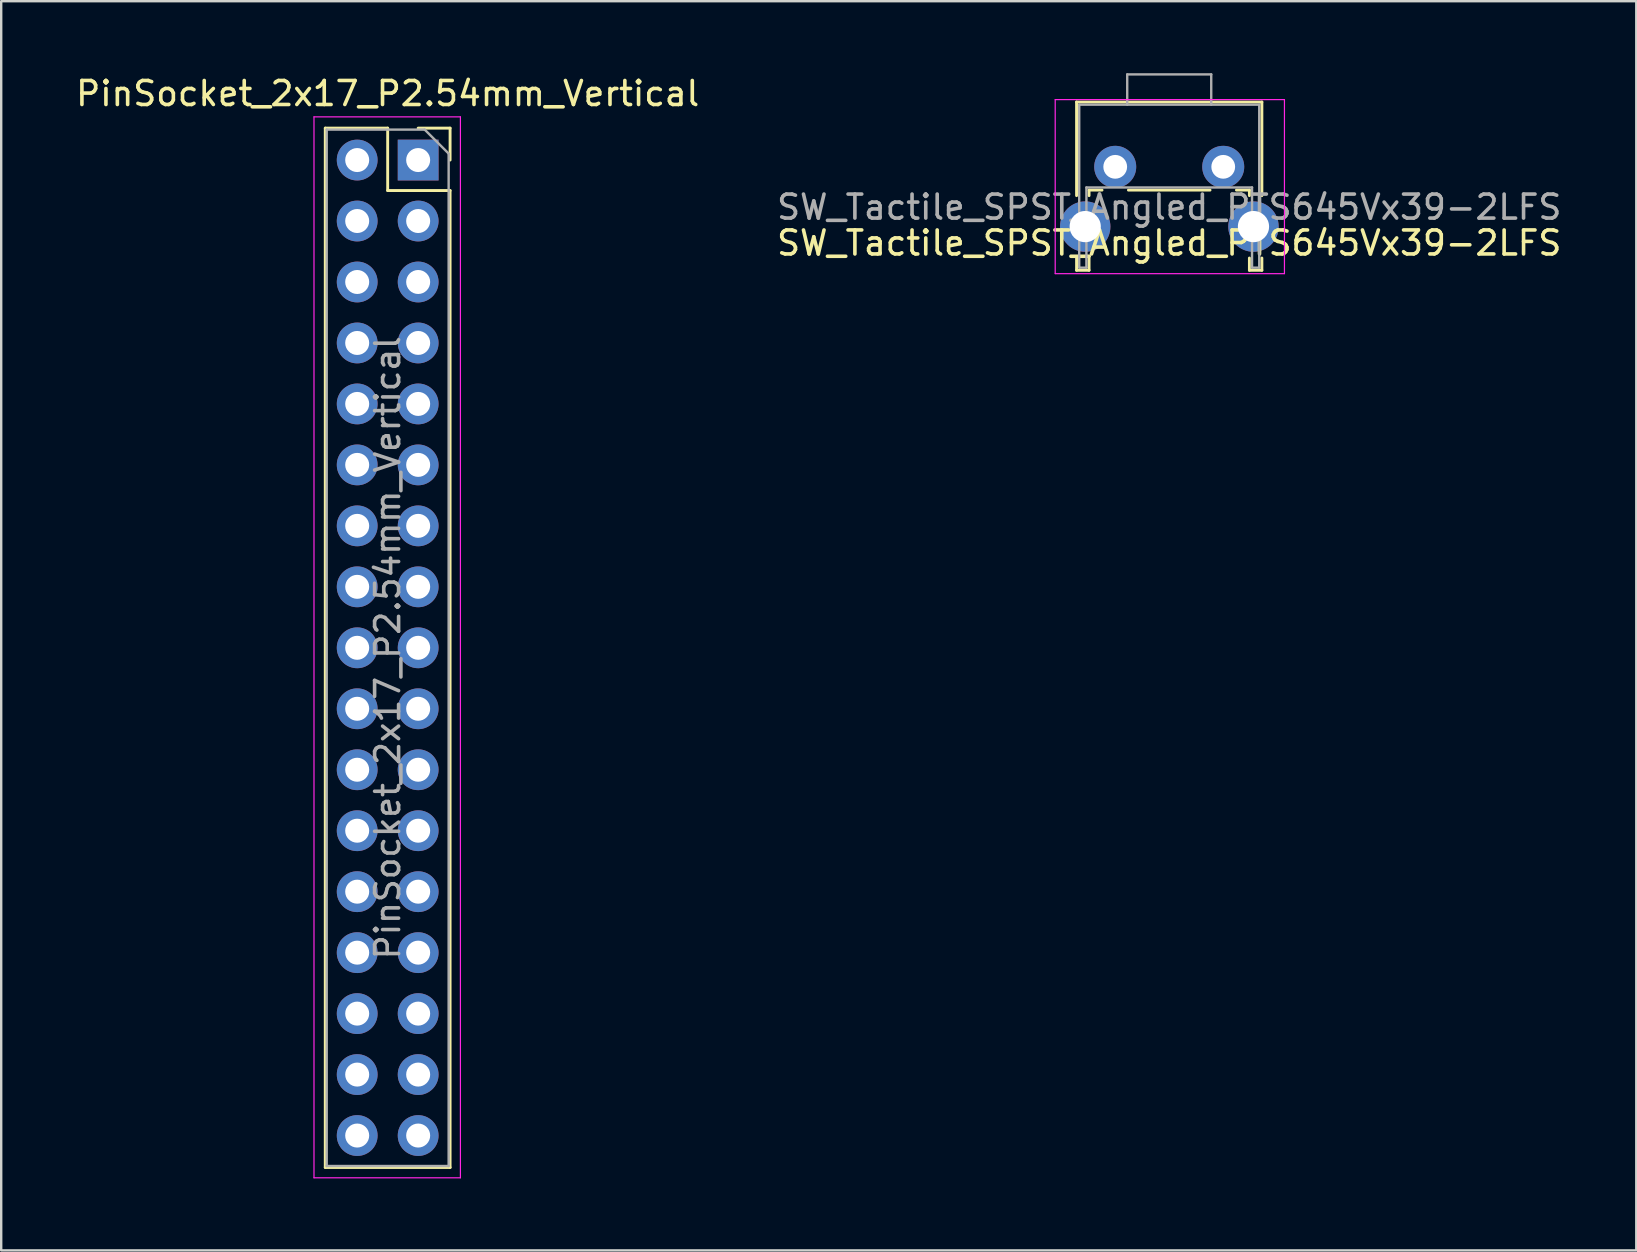
<source format=kicad_pcb>
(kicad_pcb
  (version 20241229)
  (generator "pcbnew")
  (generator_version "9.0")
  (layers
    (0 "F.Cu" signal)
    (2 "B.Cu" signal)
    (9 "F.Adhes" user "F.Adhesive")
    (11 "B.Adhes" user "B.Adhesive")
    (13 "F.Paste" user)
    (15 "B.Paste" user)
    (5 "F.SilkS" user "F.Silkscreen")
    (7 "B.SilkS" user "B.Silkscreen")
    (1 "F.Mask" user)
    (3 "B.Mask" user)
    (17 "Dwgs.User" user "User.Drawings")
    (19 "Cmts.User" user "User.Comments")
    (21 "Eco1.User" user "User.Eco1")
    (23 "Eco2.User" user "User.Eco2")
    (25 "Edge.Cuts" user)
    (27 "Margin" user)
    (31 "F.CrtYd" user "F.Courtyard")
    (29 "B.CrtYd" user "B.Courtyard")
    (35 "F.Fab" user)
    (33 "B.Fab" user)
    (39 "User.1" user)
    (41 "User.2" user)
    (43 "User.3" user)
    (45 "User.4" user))
  (footprint "PinSocket_2x17_P2.54mm_Vertical"
    (layer "F.Cu")
    (at 14.371 3.618)
    (property "Reference" "PinSocket_2x17_P2.54mm_Vertical" (at -1.27 -2.77 180) (layer "F.SilkS") (effects (font (size 1 1) (thickness 0.15))))
    (attr through_hole)
    (fp_line (start -3.87 -1.33) (end -3.87 41.97) (stroke (width 0.12) (type solid)) (layer "F.SilkS"))
    (fp_line (start -3.87 -1.33) (end -1.27 -1.33) (stroke (width 0.12) (type solid)) (layer "F.SilkS"))
    (fp_line (start -3.87 41.97) (end 1.33 41.97) (stroke (width 0.12) (type solid)) (layer "F.SilkS"))
    (fp_line (start -1.27 -1.33) (end -1.27 1.27) (stroke (width 0.12) (type solid)) (layer "F.SilkS"))
    (fp_line (start -1.27 1.27) (end 1.33 1.27) (stroke (width 0.12) (type solid)) (layer "F.SilkS"))
    (fp_line (start 0 -1.33) (end 1.33 -1.33) (stroke (width 0.12) (type solid)) (layer "F.SilkS"))
    (fp_line (start 1.33 -1.33) (end 1.33 0) (stroke (width 0.12) (type solid)) (layer "F.SilkS"))
    (fp_line (start 1.33 1.27) (end 1.33 41.97) (stroke (width 0.12) (type solid)) (layer "F.SilkS"))
    (fp_line (start -4.34 -1.8) (end 1.76 -1.8) (stroke (width 0.05) (type solid)) (layer "F.CrtYd"))
    (fp_line (start -4.34 42.4) (end -4.34 -1.8) (stroke (width 0.05) (type solid)) (layer "F.CrtYd"))
    (fp_line (start 1.76 -1.8) (end 1.76 42.4) (stroke (width 0.05) (type solid)) (layer "F.CrtYd"))
    (fp_line (start 1.76 42.4) (end -4.34 42.4) (stroke (width 0.05) (type solid)) (layer "F.CrtYd"))
    (fp_line (start -3.81 -1.27) (end 0.27 -1.27) (stroke (width 0.1) (type solid)) (layer "F.Fab"))
    (fp_line (start -3.81 41.91) (end -3.81 -1.27) (stroke (width 0.1) (type solid)) (layer "F.Fab"))
    (fp_line (start 0.27 -1.27) (end 1.27 -0.27) (stroke (width 0.1) (type solid)) (layer "F.Fab"))
    (fp_line (start 1.27 -0.27) (end 1.27 41.91) (stroke (width 0.1) (type solid)) (layer "F.Fab"))
    (fp_line (start 1.27 41.91) (end -3.81 41.91) (stroke (width 0.1) (type solid)) (layer "F.Fab"))
    (fp_text user "${REFERENCE}" (at -1.27 20.32 90) (layer "F.Fab") (effects (font (size 1 1) (thickness 0.15))))
    (pad "1" thru_hole rect (at 0 0) (size 1.7 1.7) (drill 1) (layers "*.Cu" "*.Mask"))
    (pad "2" thru_hole oval (at -2.54 0) (size 1.7 1.7) (drill 1) (layers "*.Cu" "*.Mask"))
    (pad "3" thru_hole oval (at 0 2.54) (size 1.7 1.7) (drill 1) (layers "*.Cu" "*.Mask"))
    (pad "4" thru_hole oval (at -2.54 2.54) (size 1.7 1.7) (drill 1) (layers "*.Cu" "*.Mask"))
    (pad "5" thru_hole oval (at 0 5.08) (size 1.7 1.7) (drill 1) (layers "*.Cu" "*.Mask"))
    (pad "6" thru_hole oval (at -2.54 5.08) (size 1.7 1.7) (drill 1) (layers "*.Cu" "*.Mask"))
    (pad "7" thru_hole oval (at 0 7.62) (size 1.7 1.7) (drill 1) (layers "*.Cu" "*.Mask"))
    (pad "8" thru_hole oval (at -2.54 7.62) (size 1.7 1.7) (drill 1) (layers "*.Cu" "*.Mask"))
    (pad "9" thru_hole oval (at 0 10.16) (size 1.7 1.7) (drill 1) (layers "*.Cu" "*.Mask"))
    (pad "10" thru_hole oval (at -2.54 10.16) (size 1.7 1.7) (drill 1) (layers "*.Cu" "*.Mask"))
    (pad "11" thru_hole oval (at 0 12.7) (size 1.7 1.7) (drill 1) (layers "*.Cu" "*.Mask"))
    (pad "12" thru_hole oval (at -2.54 12.7) (size 1.7 1.7) (drill 1) (layers "*.Cu" "*.Mask"))
    (pad "13" thru_hole oval (at 0 15.24) (size 1.7 1.7) (drill 1) (layers "*.Cu" "*.Mask"))
    (pad "14" thru_hole oval (at -2.54 15.24) (size 1.7 1.7) (drill 1) (layers "*.Cu" "*.Mask"))
    (pad "15" thru_hole oval (at 0 17.78) (size 1.7 1.7) (drill 1) (layers "*.Cu" "*.Mask"))
    (pad "16" thru_hole oval (at -2.54 17.78) (size 1.7 1.7) (drill 1) (layers "*.Cu" "*.Mask"))
    (pad "17" thru_hole oval (at 0 20.32) (size 1.7 1.7) (drill 1) (layers "*.Cu" "*.Mask"))
    (pad "18" thru_hole oval (at -2.54 20.32) (size 1.7 1.7) (drill 1) (layers "*.Cu" "*.Mask"))
    (pad "19" thru_hole oval (at 0 22.86) (size 1.7 1.7) (drill 1) (layers "*.Cu" "*.Mask"))
    (pad "20" thru_hole oval (at -2.54 22.86) (size 1.7 1.7) (drill 1) (layers "*.Cu" "*.Mask"))
    (pad "21" thru_hole oval (at 0 25.4) (size 1.7 1.7) (drill 1) (layers "*.Cu" "*.Mask"))
    (pad "22" thru_hole oval (at -2.54 25.4) (size 1.7 1.7) (drill 1) (layers "*.Cu" "*.Mask"))
    (pad "23" thru_hole oval (at 0 27.94) (size 1.7 1.7) (drill 1) (layers "*.Cu" "*.Mask"))
    (pad "24" thru_hole oval (at -2.54 27.94) (size 1.7 1.7) (drill 1) (layers "*.Cu" "*.Mask"))
    (pad "25" thru_hole oval (at 0 30.48) (size 1.7 1.7) (drill 1) (layers "*.Cu" "*.Mask"))
    (pad "26" thru_hole oval (at -2.54 30.48) (size 1.7 1.7) (drill 1) (layers "*.Cu" "*.Mask"))
    (pad "27" thru_hole oval (at 0 33.02) (size 1.7 1.7) (drill 1) (layers "*.Cu" "*.Mask"))
    (pad "28" thru_hole oval (at -2.54 33.02) (size 1.7 1.7) (drill 1) (layers "*.Cu" "*.Mask"))
    (pad "29" thru_hole oval (at 0 35.56) (size 1.7 1.7) (drill 1) (layers "*.Cu" "*.Mask"))
    (pad "30" thru_hole oval (at -2.54 35.56) (size 1.7 1.7) (drill 1) (layers "*.Cu" "*.Mask"))
    (pad "31" thru_hole oval (at 0 38.1) (size 1.7 1.7) (drill 1) (layers "*.Cu" "*.Mask"))
    (pad "32" thru_hole oval (at -2.54 38.1) (size 1.7 1.7) (drill 1) (layers "*.Cu" "*.Mask"))
    (pad "33" thru_hole oval (at 0 40.64) (size 1.7 1.7) (drill 1) (layers "*.Cu" "*.Mask"))
    (pad "34" thru_hole oval (at -2.54 40.64) (size 1.7 1.7) (drill 1) (layers "*.Cu" "*.Mask")))
  (footprint "SW_Tactile_SPST_Angled_PTS645Vx39-2LFS"
    (layer "F.Cu")
    (at 43.411 3.9)
    (property "Reference" "SW_Tactile_SPST_Angled_PTS645Vx39-2LFS" (at 2.25 3.175 180) (layer "F.SilkS") (effects (font (size 1 1) (thickness 0.15))))
    (attr through_hole)
    (fp_line (start -1.61 -2.7) (end -1.61 1.2) (stroke (width 0.12) (type solid)) (layer "F.SilkS"))
    (fp_line (start -1.61 -2.7) (end 6.11 -2.7) (stroke (width 0.12) (type solid)) (layer "F.SilkS"))
    (fp_line (start -1.61 3.8) (end -1.61 4.31) (stroke (width 0.12) (type solid)) (layer "F.SilkS"))
    (fp_line (start -1.61 4.31) (end -1.09 4.31) (stroke (width 0.12) (type solid)) (layer "F.SilkS"))
    (fp_line (start -1.09 0.97) (end -1.09 1.2) (stroke (width 0.12) (type solid)) (layer "F.SilkS"))
    (fp_line (start -1.09 0.97) (end -0.55 0.97) (stroke (width 0.12) (type solid)) (layer "F.SilkS"))
    (fp_line (start -1.09 3.8) (end -1.09 4.31) (stroke (width 0.12) (type solid)) (layer "F.SilkS"))
    (fp_line (start 0.55 0.97) (end 3.95 0.97) (stroke (width 0.12) (type solid)) (layer "F.SilkS"))
    (fp_line (start 5.05 0.97) (end 5.59 0.97) (stroke (width 0.12) (type solid)) (layer "F.SilkS"))
    (fp_line (start 5.59 0.97) (end 5.59 1.2) (stroke (width 0.12) (type solid)) (layer "F.SilkS"))
    (fp_line (start 5.59 3.8) (end 5.59 4.31) (stroke (width 0.12) (type solid)) (layer "F.SilkS"))
    (fp_line (start 5.59 4.31) (end 6.11 4.31) (stroke (width 0.12) (type solid)) (layer "F.SilkS"))
    (fp_line (start 6.11 -2.7) (end 6.11 1.2) (stroke (width 0.12) (type solid)) (layer "F.SilkS"))
    (fp_line (start 6.11 3.8) (end 6.11 4.31) (stroke (width 0.12) (type solid)) (layer "F.SilkS"))
    (fp_line (start -2.5 -2.8) (end 7.05 -2.8) (stroke (width 0.05) (type solid)) (layer "F.CrtYd"))
    (fp_line (start -2.5 4.45) (end -2.5 -2.8) (stroke (width 0.05) (type solid)) (layer "F.CrtYd"))
    (fp_line (start 7.05 -2.8) (end 7.05 4.45) (stroke (width 0.05) (type solid)) (layer "F.CrtYd"))
    (fp_line (start 7.05 4.45) (end -2.5 4.45) (stroke (width 0.05) (type solid)) (layer "F.CrtYd"))
    (fp_line (start -1.5 -2.59) (end 6 -2.59) (stroke (width 0.1) (type solid)) (layer "F.Fab"))
    (fp_line (start -1.5 4.2) (end -1.5 -2.59) (stroke (width 0.1) (type solid)) (layer "F.Fab"))
    (fp_line (start -1.5 4.2) (end -1.2 4.2) (stroke (width 0.1) (type solid)) (layer "F.Fab"))
    (fp_line (start -1.2 0.86) (end 5.7 0.86) (stroke (width 0.1) (type solid)) (layer "F.Fab"))
    (fp_line (start -1.2 4.2) (end -1.2 0.86) (stroke (width 0.1) (type solid)) (layer "F.Fab"))
    (fp_line (start 0.5 -3.85) (end 0.5 -2.59) (stroke (width 0.1) (type solid)) (layer "F.Fab"))
    (fp_line (start 0.5 -3.85) (end 4 -3.85) (stroke (width 0.1) (type solid)) (layer "F.Fab"))
    (fp_line (start 4 -3.85) (end 4 -2.59) (stroke (width 0.1) (type solid)) (layer "F.Fab"))
    (fp_line (start 5.7 4.2) (end 5.7 0.86) (stroke (width 0.1) (type solid)) (layer "F.Fab"))
    (fp_line (start 5.7 4.2) (end 6 4.2) (stroke (width 0.1) (type solid)) (layer "F.Fab"))
    (fp_line (start 6 4.2) (end 6 -2.59) (stroke (width 0.1) (type solid)) (layer "F.Fab"))
    (fp_text user "${REFERENCE}" (at 2.25 1.68 180) (layer "F.Fab") (effects (font (size 1 1) (thickness 0.15))))
    (pad "" thru_hole circle (at -1.25 2.49) (size 2.1 2.1) (drill 1.3) (layers "*.Cu" "*.Mask"))
    (pad "" thru_hole circle (at 5.76 2.49) (size 2.1 2.1) (drill 1.3) (layers "*.Cu" "*.Mask"))
    (pad "1" thru_hole circle (at 0 0) (size 1.75 1.75) (drill 0.99) (layers "*.Cu" "*.Mask"))
    (pad "2" thru_hole circle (at 4.5 0) (size 1.75 1.75) (drill 0.99) (layers "*.Cu" "*.Mask")))
  (gr_rect
    (start -3 -3)
    (end 65.119 49.043)
    (stroke (width 0.1) (type default))
    (fill no)
    (layer "Edge.Cuts")))
</source>
